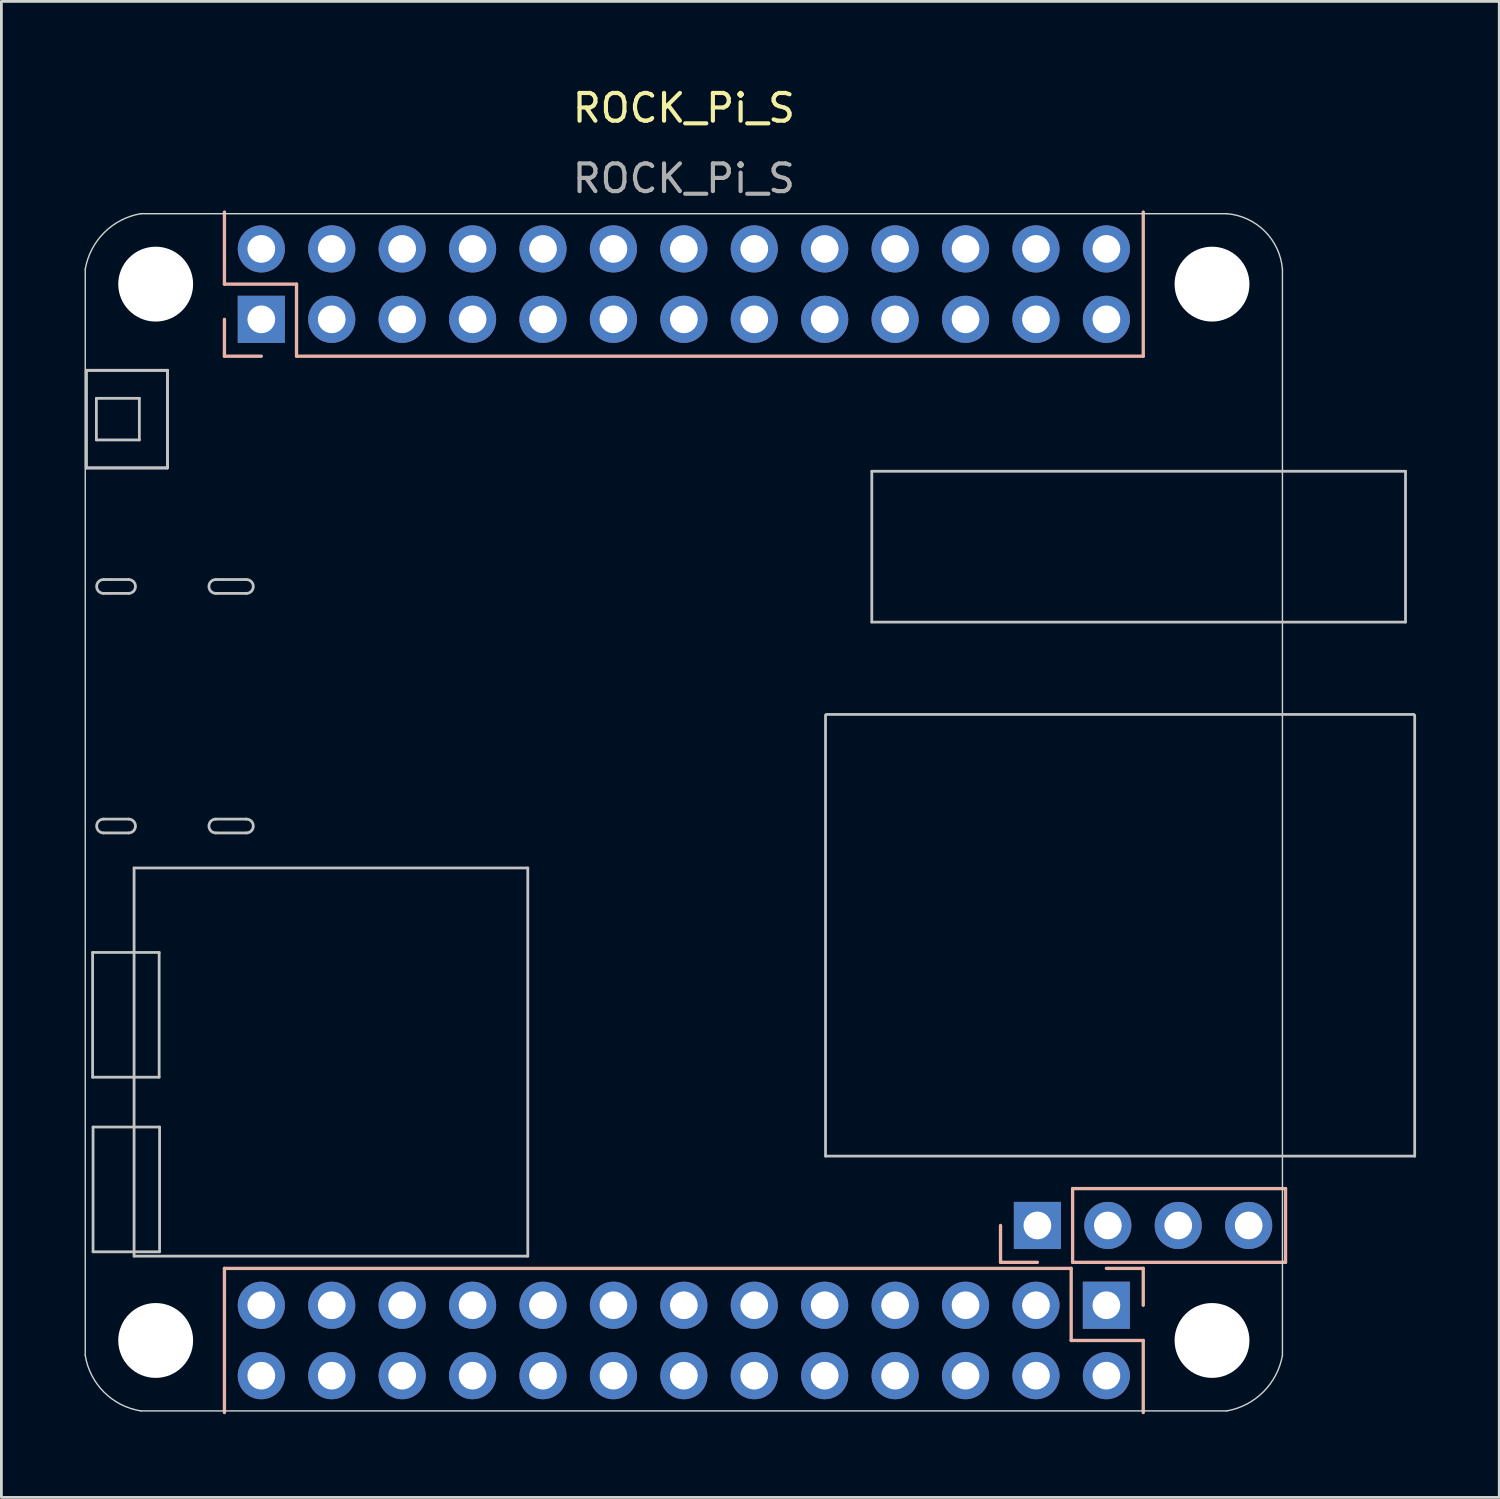
<source format=kicad_pcb>
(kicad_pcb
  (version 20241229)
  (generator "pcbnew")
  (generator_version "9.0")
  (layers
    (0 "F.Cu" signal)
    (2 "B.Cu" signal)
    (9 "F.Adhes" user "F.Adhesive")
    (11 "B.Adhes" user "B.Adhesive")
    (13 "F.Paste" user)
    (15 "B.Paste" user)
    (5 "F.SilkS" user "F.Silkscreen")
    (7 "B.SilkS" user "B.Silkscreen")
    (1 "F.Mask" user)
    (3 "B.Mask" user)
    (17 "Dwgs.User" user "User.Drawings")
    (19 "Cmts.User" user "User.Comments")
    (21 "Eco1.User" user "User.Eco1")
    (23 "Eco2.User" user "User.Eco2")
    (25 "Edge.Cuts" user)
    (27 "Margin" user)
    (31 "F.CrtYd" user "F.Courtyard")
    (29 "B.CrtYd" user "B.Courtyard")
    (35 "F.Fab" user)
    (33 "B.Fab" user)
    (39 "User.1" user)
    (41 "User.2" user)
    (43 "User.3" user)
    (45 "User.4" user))
  (footprint "ROCK_Pi_S"
    (layer "F.Cu")
    (at 21.615 26.248)
    (property "Reference" "ROCK_Pi_S" (at 0 -25.4 0) (unlocked yes) (layer "F.SilkS") (effects (font (size 1 1) (thickness 0.15))))
    (fp_line (start -16.57 -21.65) (end -16.57 -19.05) (stroke (width 0.12) (type solid)) (layer "B.SilkS"))
    (fp_line (start -16.57 -19.05) (end -13.97 -19.05) (stroke (width 0.12) (type solid)) (layer "B.SilkS"))
    (fp_line (start -16.57 -17.78) (end -16.57 -16.45) (stroke (width 0.12) (type solid)) (layer "B.SilkS"))
    (fp_line (start -16.57 -16.45) (end -15.24 -16.45) (stroke (width 0.12) (type solid)) (layer "B.SilkS"))
    (fp_line (start -16.57 21.65) (end -16.57 16.45) (stroke (width 0.12) (type solid)) (layer "B.SilkS"))
    (fp_line (start -13.97 -19.05) (end -13.97 -16.45) (stroke (width 0.12) (type solid)) (layer "B.SilkS"))
    (fp_line (start -13.97 -16.45) (end 16.57 -16.45) (stroke (width 0.12) (type solid)) (layer "B.SilkS"))
    (fp_line (start 11.422 14.902) (end 11.422 16.232) (stroke (width 0.12) (type solid)) (layer "B.SilkS"))
    (fp_line (start 11.422 16.232) (end 12.752 16.232) (stroke (width 0.12) (type solid)) (layer "B.SilkS"))
    (fp_line (start 13.97 16.45) (end -16.57 16.45) (stroke (width 0.12) (type solid)) (layer "B.SilkS"))
    (fp_line (start 13.97 19.05) (end 13.97 16.45) (stroke (width 0.12) (type solid)) (layer "B.SilkS"))
    (fp_line (start 14.022 13.572) (end 14.022 16.232) (stroke (width 0.12) (type solid)) (layer "B.SilkS"))
    (fp_line (start 14.022 13.572) (end 21.702 13.572) (stroke (width 0.12) (type solid)) (layer "B.SilkS"))
    (fp_line (start 14.022 16.232) (end 21.702 16.232) (stroke (width 0.12) (type solid)) (layer "B.SilkS"))
    (fp_line (start 16.57 -21.65) (end 16.57 -16.45) (stroke (width 0.12) (type solid)) (layer "B.SilkS"))
    (fp_line (start 16.57 16.45) (end 15.24 16.45) (stroke (width 0.12) (type solid)) (layer "B.SilkS"))
    (fp_line (start 16.57 17.78) (end 16.57 16.45) (stroke (width 0.12) (type solid)) (layer "B.SilkS"))
    (fp_line (start 16.57 19.05) (end 13.97 19.05) (stroke (width 0.12) (type solid)) (layer "B.SilkS"))
    (fp_line (start 16.57 21.65) (end 16.57 19.05) (stroke (width 0.12) (type solid)) (layer "B.SilkS"))
    (fp_line (start 21.702 13.572) (end 21.702 16.232) (stroke (width 0.12) (type solid)) (layer "B.SilkS"))
    (fp_line (start -21.554 -15.941) (end -18.624 -15.941) (stroke (width 0.1) (type solid)) (layer "Dwgs.User"))
    (fp_line (start -21.554 -15.941) (end -18.624 -15.941) (stroke (width 0.1) (type solid)) (layer "Dwgs.User"))
    (fp_line (start -21.554 -12.421) (end -21.554 -15.941) (stroke (width 0.1) (type solid)) (layer "Dwgs.User"))
    (fp_line (start -21.554 -12.421) (end -21.554 -15.941) (stroke (width 0.1) (type solid)) (layer "Dwgs.User"))
    (fp_line (start -21.325 5.054) (end -18.925 5.054) (stroke (width 0.1) (type solid)) (layer "Dwgs.User"))
    (fp_line (start -21.325 9.554) (end -21.325 5.054) (stroke (width 0.1) (type solid)) (layer "Dwgs.User"))
    (fp_line (start -21.309 11.352) (end -18.909 11.352) (stroke (width 0.1) (type solid)) (layer "Dwgs.User"))
    (fp_line (start -21.309 15.852) (end -21.309 11.352) (stroke (width 0.1) (type solid)) (layer "Dwgs.User"))
    (fp_line (start -21.189 -14.931) (end -19.639 -14.931) (stroke (width 0.1) (type solid)) (layer "Dwgs.User"))
    (fp_line (start -21.189 -13.431) (end -21.189 -14.931) (stroke (width 0.1) (type solid)) (layer "Dwgs.User"))
    (fp_line (start -20.929 -7.895) (end -20.029 -7.895) (stroke (width 0.1) (type solid)) (layer "Dwgs.User"))
    (fp_line (start -20.929 0.745) (end -20.029 0.745) (stroke (width 0.1) (type solid)) (layer "Dwgs.User"))
    (fp_line (start -20.029 -8.395) (end -20.929 -8.395) (stroke (width 0.1) (type solid)) (layer "Dwgs.User"))
    (fp_line (start -20.029 0.245) (end -20.929 0.245) (stroke (width 0.1) (type solid)) (layer "Dwgs.User"))
    (fp_line (start -19.829 2.008) (end -19.829 16.008) (stroke (width 0.1) (type solid)) (layer "Dwgs.User"))
    (fp_line (start -19.829 16.008) (end -5.629 16.008) (stroke (width 0.1) (type solid)) (layer "Dwgs.User"))
    (fp_line (start -19.639 -14.931) (end -19.639 -13.431) (stroke (width 0.1) (type solid)) (layer "Dwgs.User"))
    (fp_line (start -19.639 -13.431) (end -21.189 -13.431) (stroke (width 0.1) (type solid)) (layer "Dwgs.User"))
    (fp_line (start -18.925 5.054) (end -18.925 9.554) (stroke (width 0.1) (type solid)) (layer "Dwgs.User"))
    (fp_line (start -18.925 9.554) (end -21.325 9.554) (stroke (width 0.1) (type solid)) (layer "Dwgs.User"))
    (fp_line (start -18.909 11.352) (end -18.909 15.852) (stroke (width 0.1) (type solid)) (layer "Dwgs.User"))
    (fp_line (start -18.909 15.852) (end -21.309 15.852) (stroke (width 0.1) (type solid)) (layer "Dwgs.User"))
    (fp_line (start -18.624 -15.941) (end -18.624 -12.421) (stroke (width 0.1) (type solid)) (layer "Dwgs.User"))
    (fp_line (start -18.624 -15.941) (end -18.624 -12.421) (stroke (width 0.1) (type solid)) (layer "Dwgs.User"))
    (fp_line (start -18.624 -12.421) (end -21.554 -12.421) (stroke (width 0.1) (type solid)) (layer "Dwgs.User"))
    (fp_line (start -18.624 -12.421) (end -21.554 -12.421) (stroke (width 0.1) (type solid)) (layer "Dwgs.User"))
    (fp_line (start -16.879 -7.895) (end -15.779 -7.895) (stroke (width 0.1) (type solid)) (layer "Dwgs.User"))
    (fp_line (start -16.879 0.745) (end -15.779 0.745) (stroke (width 0.1) (type solid)) (layer "Dwgs.User"))
    (fp_line (start -15.779 -8.395) (end -16.879 -8.395) (stroke (width 0.1) (type solid)) (layer "Dwgs.User"))
    (fp_line (start -15.779 0.245) (end -16.879 0.245) (stroke (width 0.1) (type solid)) (layer "Dwgs.User"))
    (fp_line (start -5.629 2.008) (end -19.829 2.008) (stroke (width 0.1) (type solid)) (layer "Dwgs.User"))
    (fp_line (start -5.629 16.008) (end -5.629 2.008) (stroke (width 0.1) (type solid)) (layer "Dwgs.User"))
    (fp_line (start 5.11 -3.505) (end 5.11 12.4) (stroke (width 0.1) (type solid)) (layer "Dwgs.User"))
    (fp_line (start 5.11 12.4) (end 26.36 12.4) (stroke (width 0.1) (type solid)) (layer "Dwgs.User"))
    (fp_line (start 6.779 -12.3) (end 26.029 -12.3) (stroke (width 0.1) (type solid)) (layer "Dwgs.User"))
    (fp_line (start 6.779 -6.86) (end 6.779 -12.3) (stroke (width 0.1) (type solid)) (layer "Dwgs.User"))
    (fp_line (start 26.029 -12.3) (end 26.029 -6.86) (stroke (width 0.1) (type solid)) (layer "Dwgs.User"))
    (fp_line (start 26.029 -6.86) (end 6.779 -6.86) (stroke (width 0.1) (type solid)) (layer "Dwgs.User"))
    (fp_line (start 26.329 -3.53) (end 5.135 -3.53) (stroke (width 0.1) (type solid)) (layer "Dwgs.User"))
    (fp_line (start 26.36 12.4) (end 26.36 -3.499) (stroke (width 0.1) (type solid)) (layer "Dwgs.User"))
    (fp_arc (start -20.929 -7.895) (mid -21.179002 -8.145) (end -20.929 -8.395) (stroke (width 0.1) (type solid)) (layer "Dwgs.User"))
    (fp_arc (start -20.929 0.745) (mid -21.179002 0.495) (end -20.929 0.245) (stroke (width 0.1) (type solid)) (layer "Dwgs.User"))
    (fp_arc (start -20.029 -8.395) (mid -19.779002 -8.145) (end -20.029 -7.895) (stroke (width 0.1) (type solid)) (layer "Dwgs.User"))
    (fp_arc (start -20.029 0.245) (mid -19.779002 0.495) (end -20.029 0.745) (stroke (width 0.1) (type solid)) (layer "Dwgs.User"))
    (fp_arc (start -19.05 -20.3) (mid -17.800002 -19.05) (end -19.05 -17.8) (stroke (width 0.1) (type solid)) (layer "Dwgs.User"))
    (fp_arc (start -19.05 -20.3) (mid -17.800002 -19.05) (end -19.05 -17.8) (stroke (width 0.1) (type solid)) (layer "Dwgs.User"))
    (fp_arc (start -19.05 -20.3) (mid -17.800002 -19.05) (end -19.05 -17.8) (stroke (width 0.1) (type solid)) (layer "Dwgs.User"))
    (fp_arc (start -19.05 -17.8) (mid -20.3 -19.05) (end -19.05 -20.3) (stroke (width 0.1) (type solid)) (layer "Dwgs.User"))
    (fp_arc (start -19.05 -17.8) (mid -20.3 -19.05) (end -19.05 -20.3) (stroke (width 0.1) (type solid)) (layer "Dwgs.User"))
    (fp_arc (start -19.05 -17.8) (mid -20.3 -19.05) (end -19.05 -20.3) (stroke (width 0.1) (type solid)) (layer "Dwgs.User"))
    (fp_arc (start -19.05 17.8) (mid -17.800002 19.05) (end -19.05 20.3) (stroke (width 0.1) (type solid)) (layer "Dwgs.User"))
    (fp_arc (start -19.05 17.8) (mid -17.800002 19.05) (end -19.05 20.3) (stroke (width 0.1) (type solid)) (layer "Dwgs.User"))
    (fp_arc (start -19.05 17.8) (mid -17.800002 19.05) (end -19.05 20.3) (stroke (width 0.1) (type solid)) (layer "Dwgs.User"))
    (fp_arc (start -19.05 20.3) (mid -20.3 19.05) (end -19.05 17.8) (stroke (width 0.1) (type solid)) (layer "Dwgs.User"))
    (fp_arc (start -19.05 20.3) (mid -20.3 19.05) (end -19.05 17.8) (stroke (width 0.1) (type solid)) (layer "Dwgs.User"))
    (fp_arc (start -19.05 20.3) (mid -20.3 19.05) (end -19.05 17.8) (stroke (width 0.1) (type solid)) (layer "Dwgs.User"))
    (fp_arc (start -16.879 -7.895) (mid -17.129002 -8.145) (end -16.879 -8.395) (stroke (width 0.1) (type solid)) (layer "Dwgs.User"))
    (fp_arc (start -16.879 0.745) (mid -17.129002 0.495) (end -16.879 0.245) (stroke (width 0.1) (type solid)) (layer "Dwgs.User"))
    (fp_arc (start -15.779 -8.395) (mid -15.529002 -8.145) (end -15.779 -7.895) (stroke (width 0.1) (type solid)) (layer "Dwgs.User"))
    (fp_arc (start -15.779 0.245) (mid -15.529002 0.495) (end -15.779 0.745) (stroke (width 0.1) (type solid)) (layer "Dwgs.User"))
    (fp_arc (start 19.05 -20.3) (mid 20.299998 -19.05) (end 19.05 -17.8) (stroke (width 0.1) (type solid)) (layer "Dwgs.User"))
    (fp_arc (start 19.05 -20.3) (mid 20.299998 -19.05) (end 19.05 -17.8) (stroke (width 0.1) (type solid)) (layer "Dwgs.User"))
    (fp_arc (start 19.05 -20.3) (mid 20.299998 -19.05) (end 19.05 -17.8) (stroke (width 0.1) (type solid)) (layer "Dwgs.User"))
    (fp_arc (start 19.05 -17.8) (mid 17.799998 -19.05) (end 19.05 -20.3) (stroke (width 0.1) (type solid)) (layer "Dwgs.User"))
    (fp_arc (start 19.05 -17.8) (mid 17.799998 -19.05) (end 19.05 -20.3) (stroke (width 0.1) (type solid)) (layer "Dwgs.User"))
    (fp_arc (start 19.05 -17.8) (mid 17.799998 -19.05) (end 19.05 -20.3) (stroke (width 0.1) (type solid)) (layer "Dwgs.User"))
    (fp_arc (start 19.05 17.8) (mid 20.299998 19.05) (end 19.05 20.3) (stroke (width 0.1) (type solid)) (layer "Dwgs.User"))
    (fp_arc (start 19.05 17.8) (mid 20.299998 19.05) (end 19.05 20.3) (stroke (width 0.1) (type solid)) (layer "Dwgs.User"))
    (fp_arc (start 19.05 17.8) (mid 20.299998 19.05) (end 19.05 20.3) (stroke (width 0.1) (type solid)) (layer "Dwgs.User"))
    (fp_arc (start 19.05 20.3) (mid 17.799998 19.05) (end 19.05 17.8) (stroke (width 0.1) (type solid)) (layer "Dwgs.User"))
    (fp_arc (start 19.05 20.3) (mid 17.799998 19.05) (end 19.05 17.8) (stroke (width 0.1) (type solid)) (layer "Dwgs.User"))
    (fp_arc (start 19.05 20.3) (mid 17.799998 19.05) (end 19.05 17.8) (stroke (width 0.1) (type solid)) (layer "Dwgs.User"))
    (fp_line (start -21.59 -19.59) (end -21.59 19.59) (stroke (width 0.05) (type solid)) (layer "Edge.Cuts"))
    (fp_line (start -19.59 21.59) (end 19.59 21.59) (stroke (width 0.05) (type solid)) (layer "Edge.Cuts"))
    (fp_line (start 19.59 -21.59) (end -19.59 -21.59) (stroke (width 0.05) (type solid)) (layer "Edge.Cuts"))
    (fp_line (start 21.59 19.59) (end 21.59 -19.59) (stroke (width 0.05) (type solid)) (layer "Edge.Cuts"))
    (fp_arc (start -21.59 -19.59) (mid -20.907698 -20.907698) (end -19.59 -21.59) (stroke (width 0.05) (type solid)) (layer "Edge.Cuts"))
    (fp_arc (start -19.59 21.59) (mid -20.913473 20.913473) (end -21.59 19.59) (stroke (width 0.05) (type solid)) (layer "Edge.Cuts"))
    (fp_arc (start 19.59 -21.59) (mid 20.955947 -20.955947) (end 21.59 -19.59) (stroke (width 0.05) (type solid)) (layer "Edge.Cuts"))
    (fp_arc (start 21.59 19.59) (mid 20.902892 20.902892) (end 19.59 21.59) (stroke (width 0.05) (type solid)) (layer "Edge.Cuts"))
    (fp_text user "${REFERENCE}" (at 0 -22.86 0) (unlocked yes) (layer "F.Fab") (effects (font (size 1 1) (thickness 0.15))))
    (pad "" np_thru_hole circle (at -19.05 -19.05) (size 2.7 2.7) (drill 2.7) (layers "*.Cu" "*.Mask"))
    (pad "" np_thru_hole circle (at -19.05 19.05) (size 2.7 2.7) (drill 2.7) (layers "*.Cu" "*.Mask"))
    (pad "" np_thru_hole circle (at 19.05 -19.05) (size 2.7 2.7) (drill 2.7) (layers "*.Cu" "*.Mask"))
    (pad "" np_thru_hole circle (at 19.05 19.05) (size 2.7 2.7) (drill 2.7) (layers "*.Cu" "*.Mask"))
    (pad "1" thru_hole rect (at 15.24 17.78 270) (size 1.7 1.7) (drill 1) (layers "*.Cu" "*.Mask"))
    (pad "2" thru_hole oval (at 15.24 20.32 270) (size 1.7 1.7) (drill 1) (layers "*.Cu" "*.Mask"))
    (pad "3" thru_hole oval (at 12.7 17.78 270) (size 1.7 1.7) (drill 1) (layers "*.Cu" "*.Mask"))
    (pad "4" thru_hole oval (at 12.7 20.32 270) (size 1.7 1.7) (drill 1) (layers "*.Cu" "*.Mask"))
    (pad "5" thru_hole oval (at 10.16 17.78 270) (size 1.7 1.7) (drill 1) (layers "*.Cu" "*.Mask"))
    (pad "6" thru_hole oval (at 10.16 20.32 270) (size 1.7 1.7) (drill 1) (layers "*.Cu" "*.Mask"))
    (pad "7" thru_hole oval (at 7.62 17.78 270) (size 1.7 1.7) (drill 1) (layers "*.Cu" "*.Mask"))
    (pad "8" thru_hole oval (at 7.62 20.32 270) (size 1.7 1.7) (drill 1) (layers "*.Cu" "*.Mask"))
    (pad "9" thru_hole oval (at 5.08 17.78 270) (size 1.7 1.7) (drill 1) (layers "*.Cu" "*.Mask"))
    (pad "10" thru_hole oval (at 5.08 20.32 270) (size 1.7 1.7) (drill 1) (layers "*.Cu" "*.Mask"))
    (pad "11" thru_hole oval (at 2.54 17.78 270) (size 1.7 1.7) (drill 1) (layers "*.Cu" "*.Mask"))
    (pad "12" thru_hole oval (at 2.54 20.32 270) (size 1.7 1.7) (drill 1) (layers "*.Cu" "*.Mask"))
    (pad "13" thru_hole oval (at 0 17.78 270) (size 1.7 1.7) (drill 1) (layers "*.Cu" "*.Mask"))
    (pad "14" thru_hole oval (at 0 20.32 270) (size 1.7 1.7) (drill 1) (layers "*.Cu" "*.Mask"))
    (pad "15" thru_hole oval (at -2.54 17.78 270) (size 1.7 1.7) (drill 1) (layers "*.Cu" "*.Mask"))
    (pad "16" thru_hole oval (at -2.54 20.32 270) (size 1.7 1.7) (drill 1) (layers "*.Cu" "*.Mask"))
    (pad "17" thru_hole oval (at -5.08 17.78 270) (size 1.7 1.7) (drill 1) (layers "*.Cu" "*.Mask"))
    (pad "18" thru_hole oval (at -5.08 20.32 270) (size 1.7 1.7) (drill 1) (layers "*.Cu" "*.Mask"))
    (pad "19" thru_hole oval (at -7.62 17.78 270) (size 1.7 1.7) (drill 1) (layers "*.Cu" "*.Mask"))
    (pad "20" thru_hole oval (at -7.62 20.32 270) (size 1.7 1.7) (drill 1) (layers "*.Cu" "*.Mask"))
    (pad "21" thru_hole oval (at -10.16 17.78 270) (size 1.7 1.7) (drill 1) (layers "*.Cu" "*.Mask"))
    (pad "22" thru_hole oval (at -10.16 20.32 270) (size 1.7 1.7) (drill 1) (layers "*.Cu" "*.Mask"))
    (pad "23" thru_hole oval (at -12.7 17.78 270) (size 1.7 1.7) (drill 1) (layers "*.Cu" "*.Mask"))
    (pad "24" thru_hole oval (at -12.7 20.32 270) (size 1.7 1.7) (drill 1) (layers "*.Cu" "*.Mask"))
    (pad "25" thru_hole oval (at -15.24 17.78 270) (size 1.7 1.7) (drill 1) (layers "*.Cu" "*.Mask"))
    (pad "26" thru_hole oval (at -15.24 20.32 270) (size 1.7 1.7) (drill 1) (layers "*.Cu" "*.Mask"))
    (pad "27" thru_hole rect (at -15.24 -17.78 90) (size 1.7 1.7) (drill 1) (layers "*.Cu" "*.Mask"))
    (pad "28" thru_hole oval (at -15.24 -20.32 90) (size 1.7 1.7) (drill 1) (layers "*.Cu" "*.Mask"))
    (pad "29" thru_hole oval (at -12.7 -17.78 90) (size 1.7 1.7) (drill 1) (layers "*.Cu" "*.Mask"))
    (pad "30" thru_hole oval (at -12.7 -20.32 90) (size 1.7 1.7) (drill 1) (layers "*.Cu" "*.Mask"))
    (pad "31" thru_hole oval (at -10.16 -17.78 90) (size 1.7 1.7) (drill 1) (layers "*.Cu" "*.Mask"))
    (pad "32" thru_hole oval (at -10.16 -20.32 90) (size 1.7 1.7) (drill 1) (layers "*.Cu" "*.Mask"))
    (pad "33" thru_hole oval (at -7.62 -17.78 90) (size 1.7 1.7) (drill 1) (layers "*.Cu" "*.Mask"))
    (pad "34" thru_hole oval (at -7.62 -20.32 90) (size 1.7 1.7) (drill 1) (layers "*.Cu" "*.Mask"))
    (pad "35" thru_hole oval (at -5.08 -17.78 90) (size 1.7 1.7) (drill 1) (layers "*.Cu" "*.Mask"))
    (pad "36" thru_hole oval (at -5.08 -20.32 90) (size 1.7 1.7) (drill 1) (layers "*.Cu" "*.Mask"))
    (pad "37" thru_hole oval (at -2.54 -17.78 90) (size 1.7 1.7) (drill 1) (layers "*.Cu" "*.Mask"))
    (pad "38" thru_hole oval (at -2.54 -20.32 90) (size 1.7 1.7) (drill 1) (layers "*.Cu" "*.Mask"))
    (pad "39" thru_hole oval (at 0 -17.78 90) (size 1.7 1.7) (drill 1) (layers "*.Cu" "*.Mask"))
    (pad "40" thru_hole oval (at 0 -20.32 90) (size 1.7 1.7) (drill 1) (layers "*.Cu" "*.Mask"))
    (pad "41" thru_hole oval (at 2.54 -17.78 90) (size 1.7 1.7) (drill 1) (layers "*.Cu" "*.Mask"))
    (pad "42" thru_hole oval (at 2.54 -20.32 90) (size 1.7 1.7) (drill 1) (layers "*.Cu" "*.Mask"))
    (pad "43" thru_hole oval (at 5.08 -17.78 90) (size 1.7 1.7) (drill 1) (layers "*.Cu" "*.Mask"))
    (pad "44" thru_hole oval (at 5.08 -20.32 90) (size 1.7 1.7) (drill 1) (layers "*.Cu" "*.Mask"))
    (pad "45" thru_hole oval (at 7.62 -17.78 90) (size 1.7 1.7) (drill 1) (layers "*.Cu" "*.Mask"))
    (pad "46" thru_hole oval (at 7.62 -20.32 90) (size 1.7 1.7) (drill 1) (layers "*.Cu" "*.Mask"))
    (pad "47" thru_hole oval (at 10.16 -17.78 90) (size 1.7 1.7) (drill 1) (layers "*.Cu" "*.Mask"))
    (pad "48" thru_hole oval (at 10.16 -20.32 90) (size 1.7 1.7) (drill 1) (layers "*.Cu" "*.Mask"))
    (pad "49" thru_hole oval (at 12.7 -17.78 90) (size 1.7 1.7) (drill 1) (layers "*.Cu" "*.Mask"))
    (pad "50" thru_hole oval (at 12.7 -20.32 90) (size 1.7 1.7) (drill 1) (layers "*.Cu" "*.Mask"))
    (pad "51" thru_hole oval (at 15.24 -17.78 90) (size 1.7 1.7) (drill 1) (layers "*.Cu" "*.Mask"))
    (pad "52" thru_hole oval (at 15.24 -20.32 90) (size 1.7 1.7) (drill 1) (layers "*.Cu" "*.Mask"))
    (pad "53" thru_hole rect (at 12.752 14.902 90) (size 1.7 1.7) (drill 1) (layers "*.Cu" "*.Mask"))
    (pad "54" thru_hole oval (at 15.292 14.902 90) (size 1.7 1.7) (drill 1) (layers "*.Cu" "*.Mask"))
    (pad "55" thru_hole oval (at 17.832 14.902 90) (size 1.7 1.7) (drill 1) (layers "*.Cu" "*.Mask"))
    (pad "56" thru_hole oval (at 20.372 14.902 90) (size 1.7 1.7) (drill 1) (layers "*.Cu" "*.Mask")))
  (gr_rect
    (start -3 -3)
    (end 51.025 50.958)
    (stroke (width 0.1) (type default))
    (fill no)
    (layer "Edge.Cuts")))
</source>
